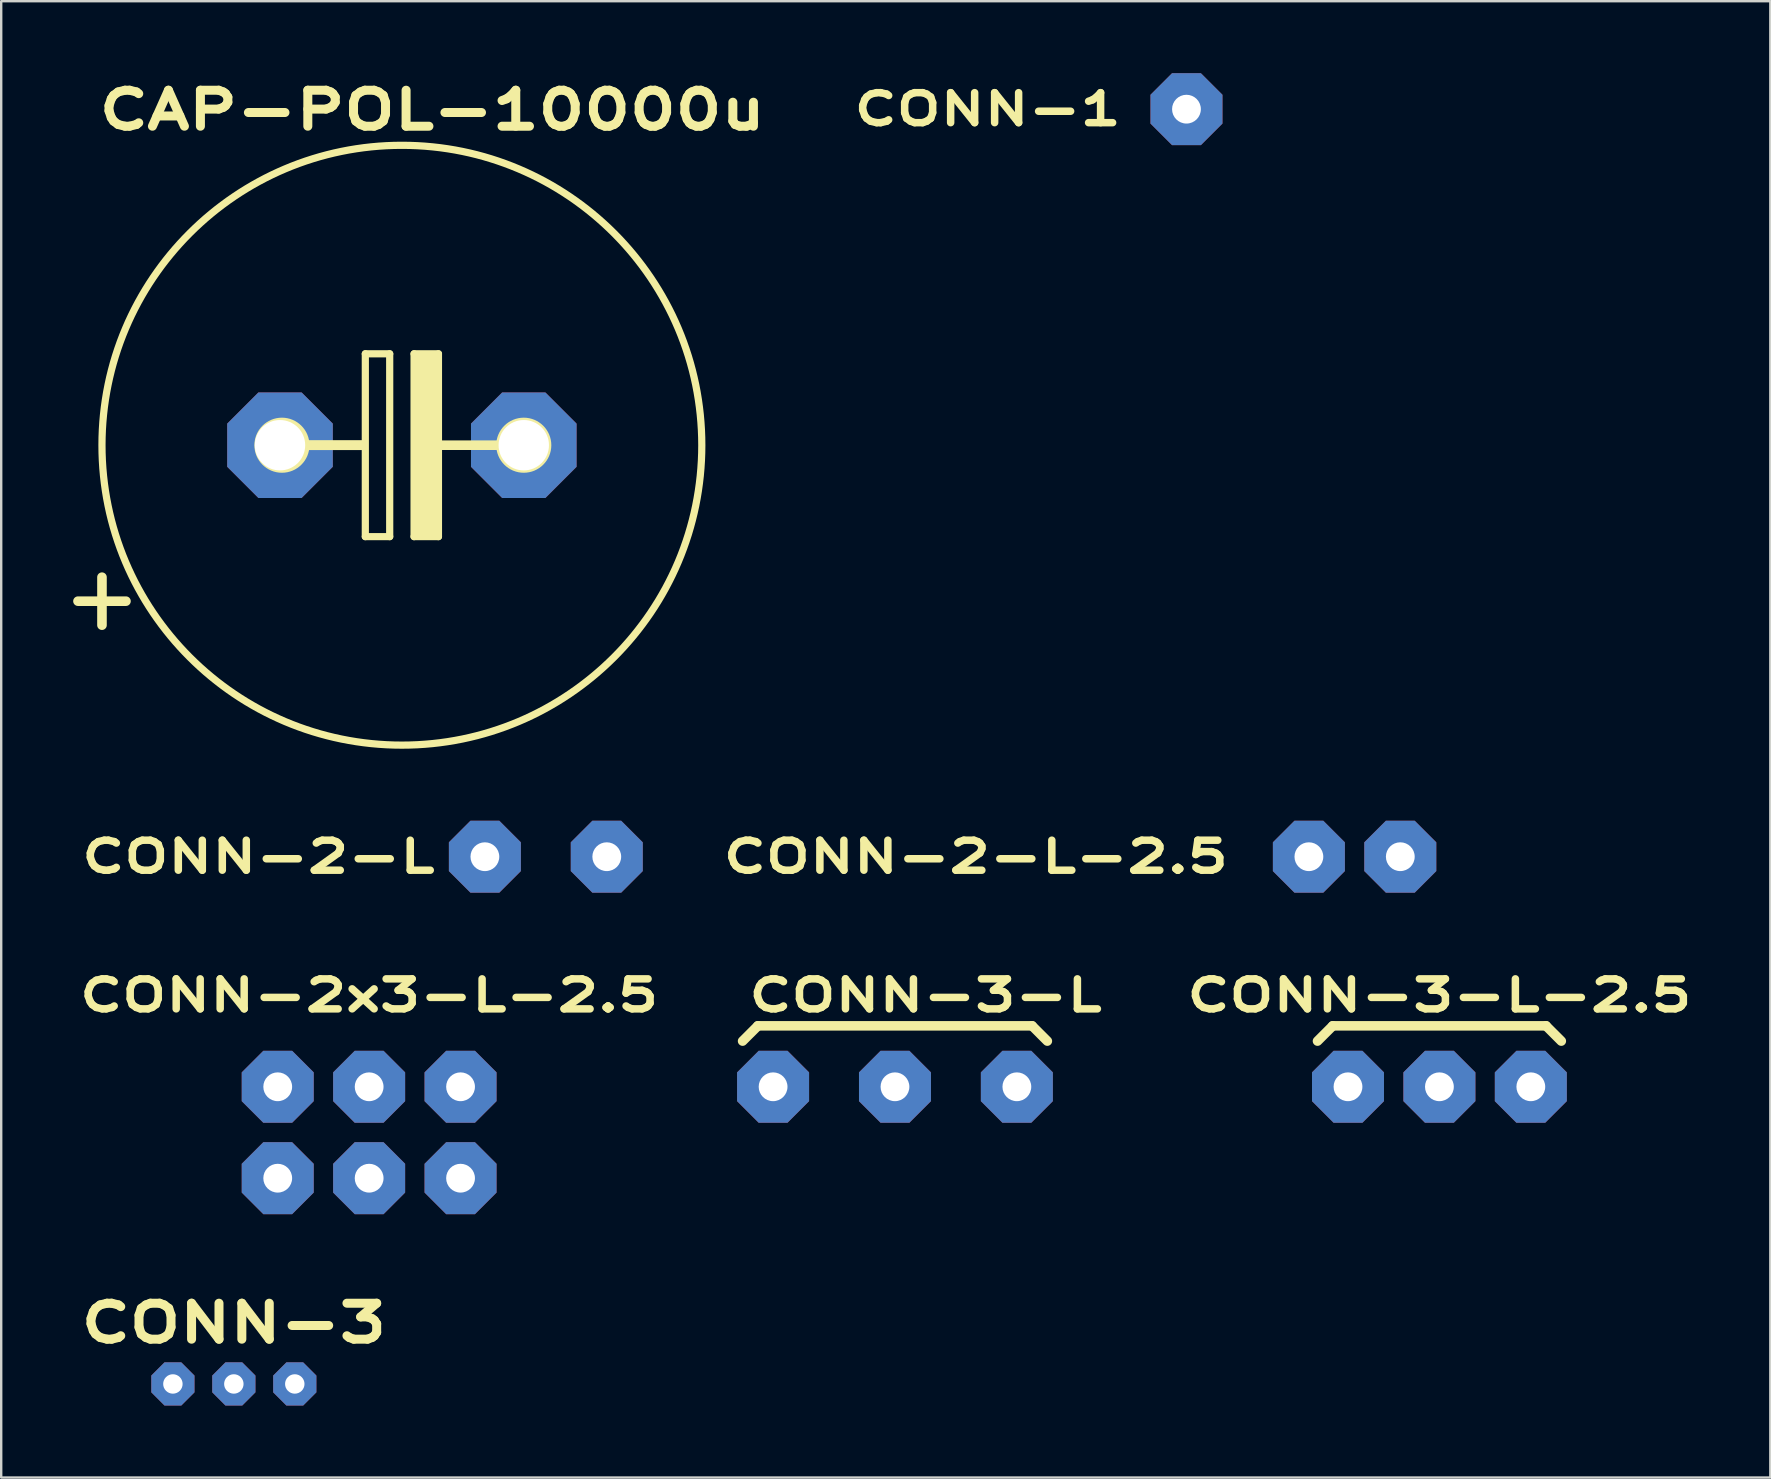
<source format=kicad_pcb>
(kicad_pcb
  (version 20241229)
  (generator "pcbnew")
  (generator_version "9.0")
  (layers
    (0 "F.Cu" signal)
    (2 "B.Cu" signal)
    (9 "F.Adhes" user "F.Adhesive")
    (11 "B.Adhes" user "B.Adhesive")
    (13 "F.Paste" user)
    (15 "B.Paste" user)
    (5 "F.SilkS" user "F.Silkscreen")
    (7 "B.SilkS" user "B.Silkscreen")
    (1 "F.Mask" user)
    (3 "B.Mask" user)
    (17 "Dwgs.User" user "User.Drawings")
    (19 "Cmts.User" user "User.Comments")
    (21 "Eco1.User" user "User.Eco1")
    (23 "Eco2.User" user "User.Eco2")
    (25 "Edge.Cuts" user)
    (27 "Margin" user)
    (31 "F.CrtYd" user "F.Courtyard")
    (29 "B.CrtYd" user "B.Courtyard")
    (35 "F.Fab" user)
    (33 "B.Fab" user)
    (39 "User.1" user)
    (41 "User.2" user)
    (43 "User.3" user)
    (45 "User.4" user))
  (footprint "CONN-2-L"
    (layer "F.Cu")
    (at 22.239 32.656)
    (property "Reference" "CONN-2-L" (at -6.985 0 0) (layer "F.SilkS") (effects (font (size 1.25 1.75) (thickness 0.312)) (justify right)))
    (attr through_hole)
    (pad "1" thru_hole custom (at -5.08 0) (size 1.524 1.524) (drill 1.2) (layers "*.Cu" "*.Mask") (options (anchor rect)) (primitives (gr_poly (pts (xy -1.5 0.6) (xy -1.5 -0.6) (xy -0.6 -1.5) (xy 0.6 -1.5) (xy 1.5 -0.6) (xy 1.5 0.6) (xy 0.6 1.5) (xy -0.6 1.5)) (width 0) (fill yes))))
    (pad "2" thru_hole custom (at 0 0) (size 1.524 1.524) (drill 1.2) (layers "*.Cu" "*.Mask") (options (anchor rect)) (primitives (gr_poly (pts (xy -1.5 0.6) (xy -1.5 -0.6) (xy -0.6 -1.5) (xy 0.6 -1.5) (xy 1.5 -0.6) (xy 1.5 0.6) (xy 0.6 1.5) (xy -0.6 1.5)) (width 0) (fill yes)))))
  (footprint "CAP-POL-10000u"
    (layer "F.Cu")
    (at 13.7 15.506)
    (property "Reference" "CAP-POL-10000u" (at 1.27 -13.97 0) (layer "F.SilkS") (effects (font (size 1.5 2) (thickness 0.375))))
    (attr through_hole)
    (fp_line (start -12.5 5.5) (end -12.5 7.5) (stroke (width 0.4) (type solid)) (layer "F.SilkS"))
    (fp_line (start -11.5 6.5) (end -13.5 6.5) (stroke (width 0.4) (type solid)) (layer "F.SilkS"))
    (fp_line (start -4.191 0.127) (end -1.524 0.127) (stroke (width 0.15) (type solid)) (layer "F.SilkS"))
    (fp_line (start -4.102 0) (end -1.651 0) (stroke (width 0.4) (type solid)) (layer "F.SilkS"))
    (fp_line (start -1.524 -3.81) (end -0.508 -3.81) (stroke (width 0.3) (type solid)) (layer "F.SilkS"))
    (fp_line (start -1.524 -0.127) (end -4.191 -0.127) (stroke (width 0.15) (type solid)) (layer "F.SilkS"))
    (fp_line (start -1.524 3.81) (end -1.524 -3.81) (stroke (width 0.3) (type solid)) (layer "F.SilkS"))
    (fp_line (start -0.508 -3.81) (end -0.508 3.81) (stroke (width 0.3) (type solid)) (layer "F.SilkS"))
    (fp_line (start -0.508 3.81) (end -1.524 3.81) (stroke (width 0.3) (type solid)) (layer "F.SilkS"))
    (fp_line (start 0.508 -3.81) (end 1.524 -3.81) (stroke (width 0.3) (type solid)) (layer "F.SilkS"))
    (fp_line (start 0.508 3.81) (end 0.508 -3.81) (stroke (width 0.3) (type solid)) (layer "F.SilkS"))
    (fp_line (start 0.762 0) (end 4.182 0) (stroke (width 0.4) (type solid)) (layer "F.SilkS"))
    (fp_line (start 1.016 -3.302) (end 1.016 3.302) (stroke (width 1.2) (type solid)) (layer "F.SilkS"))
    (fp_line (start 1.524 -3.81) (end 1.524 3.81) (stroke (width 0.3) (type solid)) (layer "F.SilkS"))
    (fp_line (start 1.524 3.81) (end 0.508 3.81) (stroke (width 0.3) (type solid)) (layer "F.SilkS"))
    (fp_circle (center -5 0) (end -4.102 0) (stroke (width 0.5) (type solid)) (fill no) (layer "F.SilkS"))
    (fp_circle (center 0 0) (end 12.5 0) (stroke (width 0.3) (type solid)) (fill no) (layer "F.SilkS"))
    (fp_circle (center 5.08 0) (end 5.978 0) (stroke (width 0.5) (type solid)) (fill no) (layer "F.SilkS"))
    (pad "1" thru_hole custom (at -5.08 0) (size 4 4) (drill 2.1) (layers "*.Cu" "*.Mask") (options (anchor circle)) (primitives (gr_poly (pts (xy 2.2 -0.9) (xy 2.2 0.9) (xy 0.9 2.2) (xy -0.9 2.2) (xy -2.2 0.9) (xy -2.2 -0.9) (xy -0.9 -2.2) (xy 0.9 -2.2)) (width 0) (fill yes))))
    (pad "2" thru_hole custom (at 5.08 0) (size 4 4) (drill 2.1) (layers "*.Cu" "*.Mask") (options (anchor circle)) (primitives (gr_poly (pts (xy 2.2 -0.9) (xy 2.2 0.9) (xy 0.9 2.2) (xy -0.9 2.2) (xy -2.2 0.9) (xy -2.2 -0.9) (xy -0.9 -2.2) (xy 0.9 -2.2)) (width 0) (fill yes)))))
  (footprint "CONN-3-L-2.5"
    (layer "F.Cu")
    (at 56.942 42.245)
    (property "Reference" "CONN-3-L-2.5" (at 0 -3.81 0) (layer "F.SilkS") (effects (font (size 1.25 1.75) (thickness 0.312))))
    (attr through_hole)
    (fp_line (start -4.445 -2.54) (end -5.08 -1.905) (stroke (width 0.4) (type solid)) (layer "F.SilkS"))
    (fp_line (start -4.445 -2.54) (end 4.445 -2.54) (stroke (width 0.4) (type solid)) (layer "F.SilkS"))
    (fp_line (start 4.445 -2.54) (end 5.08 -1.905) (stroke (width 0.4) (type solid)) (layer "F.SilkS"))
    (pad "1" thru_hole custom (at -3.81 0) (size 1.524 1.524) (drill 1.2) (layers "*.Cu" "*.Mask") (options (anchor rect)) (primitives (gr_poly (pts (xy 1.5 -0.6) (xy 1.5 0.6) (xy 0.6 1.5) (xy -0.6 1.5) (xy -1.5 0.6) (xy -1.5 -0.6) (xy -0.6 -1.5) (xy 0.6 -1.5)) (width 0) (fill yes))))
    (pad "2" thru_hole custom (at 0 0) (size 1.524 1.524) (drill 1.2) (layers "*.Cu" "*.Mask") (options (anchor rect)) (primitives (gr_poly (pts (xy 1.5 -0.6) (xy 1.5 0.6) (xy 0.6 1.5) (xy -0.6 1.5) (xy -1.5 0.6) (xy -1.5 -0.6) (xy -0.6 -1.5) (xy 0.6 -1.5)) (width 0) (fill yes))))
    (pad "3" thru_hole custom (at 3.81 0) (size 1.524 1.524) (drill 1.2) (layers "*.Cu" "*.Mask") (options (anchor rect)) (primitives (gr_poly (pts (xy 1.5 -0.6) (xy 1.5 0.6) (xy 0.6 1.5) (xy -0.6 1.5) (xy -1.5 0.6) (xy -1.5 -0.6) (xy -0.6 -1.5) (xy 0.6 -1.5)) (width 0) (fill yes)))))
  (footprint "CONN-3-L"
    (layer "F.Cu")
    (at 34.251 42.245)
    (property "Reference" "CONN-3-L" (at 1.27 -3.81 0) (layer "F.SilkS") (effects (font (size 1.25 1.75) (thickness 0.312))))
    (attr through_hole)
    (fp_line (start -5.715 -2.54) (end -6.35 -1.905) (stroke (width 0.4) (type solid)) (layer "F.SilkS"))
    (fp_line (start -5.715 -2.54) (end 5.715 -2.54) (stroke (width 0.4) (type solid)) (layer "F.SilkS"))
    (fp_line (start 5.715 -2.54) (end 6.35 -1.905) (stroke (width 0.4) (type solid)) (layer "F.SilkS"))
    (pad "1" thru_hole custom (at -5.08 0) (size 1.524 1.524) (drill 1.2) (layers "*.Cu" "*.Mask") (options (anchor rect)) (primitives (gr_poly (pts (xy -1.5 0.6) (xy -1.5 -0.6) (xy -0.6 -1.5) (xy 0.6 -1.5) (xy 1.5 -0.6) (xy 1.5 0.6) (xy 0.6 1.5) (xy -0.6 1.5)) (width 0) (fill yes))))
    (pad "2" thru_hole custom (at 0 0) (size 1.524 1.524) (drill 1.2) (layers "*.Cu" "*.Mask") (options (anchor rect)) (primitives (gr_poly (pts (xy -1.5 0.6) (xy -1.5 -0.6) (xy -0.6 -1.5) (xy 0.6 -1.5) (xy 1.5 -0.6) (xy 1.5 0.6) (xy 0.6 1.5) (xy -0.6 1.5)) (width 0) (fill yes))))
    (pad "3" thru_hole custom (at 5.08 0) (size 1.524 1.524) (drill 1.2) (layers "*.Cu" "*.Mask") (options (anchor rect)) (primitives (gr_poly (pts (xy -1.5 0.6) (xy -1.5 -0.6) (xy -0.6 -1.5) (xy 0.6 -1.5) (xy 1.5 -0.6) (xy 1.5 0.6) (xy 0.6 1.5) (xy -0.6 1.5)) (width 0) (fill yes)))))
  (footprint "CONN-2x3-L-2.5"
    (layer "F.Cu")
    (at 12.335 42.245)
    (property "Reference" "CONN-2x3-L-2.5" (at 0 -3.81 0) (layer "F.SilkS") (effects (font (size 1.25 1.75) (thickness 0.312))))
    (attr through_hole)
    (pad "1" thru_hole custom (at -3.81 0) (size 1.524 1.524) (drill 1.2) (layers "*.Cu" "*.Mask") (options (anchor rect)) (primitives (gr_poly (pts (xy 1.5 -0.6) (xy 1.5 0.6) (xy 0.6 1.5) (xy -0.6 1.5) (xy -1.5 0.6) (xy -1.5 -0.6) (xy -0.6 -1.5) (xy 0.6 -1.5)) (width 0) (fill yes))))
    (pad "2" thru_hole custom (at 0 0) (size 1.524 1.524) (drill 1.2) (layers "*.Cu" "*.Mask") (options (anchor rect)) (primitives (gr_poly (pts (xy 1.5 -0.6) (xy 1.5 0.6) (xy 0.6 1.5) (xy -0.6 1.5) (xy -1.5 0.6) (xy -1.5 -0.6) (xy -0.6 -1.5) (xy 0.6 -1.5)) (width 0) (fill yes))))
    (pad "3" thru_hole custom (at 3.81 0) (size 1.524 1.524) (drill 1.2) (layers "*.Cu" "*.Mask") (options (anchor rect)) (primitives (gr_poly (pts (xy 1.5 -0.6) (xy 1.5 0.6) (xy 0.6 1.5) (xy -0.6 1.5) (xy -1.5 0.6) (xy -1.5 -0.6) (xy -0.6 -1.5) (xy 0.6 -1.5)) (width 0) (fill yes))))
    (pad "4" thru_hole custom (at -3.81 3.81) (size 1.524 1.524) (drill 1.2) (layers "*.Cu" "*.Mask") (options (anchor rect)) (primitives (gr_poly (pts (xy 1.5 -0.6) (xy 1.5 0.6) (xy 0.6 1.5) (xy -0.6 1.5) (xy -1.5 0.6) (xy -1.5 -0.6) (xy -0.6 -1.5) (xy 0.6 -1.5)) (width 0) (fill yes))))
    (pad "5" thru_hole custom (at 0 3.81) (size 1.524 1.524) (drill 1.2) (layers "*.Cu" "*.Mask") (options (anchor rect)) (primitives (gr_poly (pts (xy 1.5 -0.6) (xy 1.5 0.6) (xy 0.6 1.5) (xy -0.6 1.5) (xy -1.5 0.6) (xy -1.5 -0.6) (xy -0.6 -1.5) (xy 0.6 -1.5)) (width 0) (fill yes))))
    (pad "6" thru_hole custom (at 3.81 3.81) (size 1.524 1.524) (drill 1.2) (layers "*.Cu" "*.Mask") (options (anchor rect)) (primitives (gr_poly (pts (xy 1.5 -0.6) (xy 1.5 0.6) (xy 0.6 1.5) (xy -0.6 1.5) (xy -1.5 0.6) (xy -1.5 -0.6) (xy -0.6 -1.5) (xy 0.6 -1.5)) (width 0) (fill yes)))))
  (footprint "CONN-2-L-2.5"
    (layer "F.Cu")
    (at 55.312 32.656)
    (property "Reference" "CONN-2-L-2.5" (at -6.985 0 0) (layer "F.SilkS") (effects (font (size 1.25 1.75) (thickness 0.312)) (justify right)))
    (attr through_hole)
    (pad "1" thru_hole custom (at -3.81 0) (size 1.524 1.524) (drill 1.2) (layers "*.Cu" "*.Mask") (options (anchor rect)) (primitives (gr_poly (pts (xy 1.5 -0.6) (xy 1.5 0.6) (xy 0.6 1.5) (xy -0.6 1.5) (xy -1.5 0.6) (xy -1.5 -0.6) (xy -0.6 -1.5) (xy 0.6 -1.5)) (width 0) (fill yes))))
    (pad "2" thru_hole custom (at 0 0) (size 1.524 1.524) (drill 1.2) (layers "*.Cu" "*.Mask") (options (anchor rect)) (primitives (gr_poly (pts (xy 1.5 -0.6) (xy 1.5 0.6) (xy 0.6 1.5) (xy -0.6 1.5) (xy -1.5 0.6) (xy -1.5 -0.6) (xy -0.6 -1.5) (xy 0.6 -1.5)) (width 0) (fill yes)))))
  (footprint "CONN-1"
    (layer "F.Cu")
    (at 46.4 1.5)
    (property "Reference" "CONN-1" (at -2.54 0 0) (layer "F.SilkS") (effects (font (size 1.25 1.75) (thickness 0.312)) (justify right)))
    (attr through_hole)
    (pad "1" thru_hole custom (at 0 0) (size 1.524 1.524) (drill 1.2) (layers "*.Cu" "*.Mask") (options (anchor rect)) (primitives (gr_poly (pts (xy 1.5 -0.6) (xy 1.5 0.6) (xy 0.6 1.5) (xy -0.6 1.5) (xy -1.5 0.6) (xy -1.5 -0.6) (xy -0.6 -1.5) (xy 0.6 -1.5)) (width 0) (fill yes)))))
  (footprint "CONN-3"
    (layer "F.Cu")
    (at 6.696 54.631)
    (property "Reference" "CONN-3" (at 0 -2.54 0) (layer "F.SilkS") (effects (font (size 1.5 2) (thickness 0.375))))
    (attr through_hole)
    (pad "1" thru_hole custom (at -2.54 0) (size 1.524 1.524) (drill 0.81) (layers "*.Cu" "*.Mask") (options (anchor circle)) (primitives (gr_poly (pts (xy -0.9 0.35) (xy -0.9 -0.35) (xy -0.35 -0.9) (xy 0.35 -0.9) (xy 0.9 -0.35) (xy 0.9 0.35) (xy 0.35 0.9) (xy -0.35 0.9)) (width 0) (fill yes))))
    (pad "2" thru_hole custom (at 0 0) (size 1.524 1.524) (drill 0.81) (layers "*.Cu" "*.Mask") (options (anchor circle)) (primitives (gr_poly (pts (xy -0.9 0.35) (xy -0.9 -0.35) (xy -0.35 -0.9) (xy 0.35 -0.9) (xy 0.9 -0.35) (xy 0.9 0.35) (xy 0.35 0.9) (xy -0.35 0.9)) (width 0) (fill yes))))
    (pad "3" thru_hole custom (at 2.54 0) (size 1.524 1.524) (drill 0.81) (layers "*.Cu" "*.Mask") (options (anchor circle)) (primitives (gr_poly (pts (xy -0.9 0.35) (xy -0.9 -0.35) (xy -0.35 -0.9) (xy 0.35 -0.9) (xy 0.9 -0.35) (xy 0.9 0.35) (xy 0.35 0.9) (xy -0.35 0.9)) (width 0) (fill yes)))))
  (gr_rect
    (start -3 -3)
    (end 70.735 58.531)
    (stroke (width 0.1) (type default))
    (fill no)
    (layer "Edge.Cuts")))
</source>
